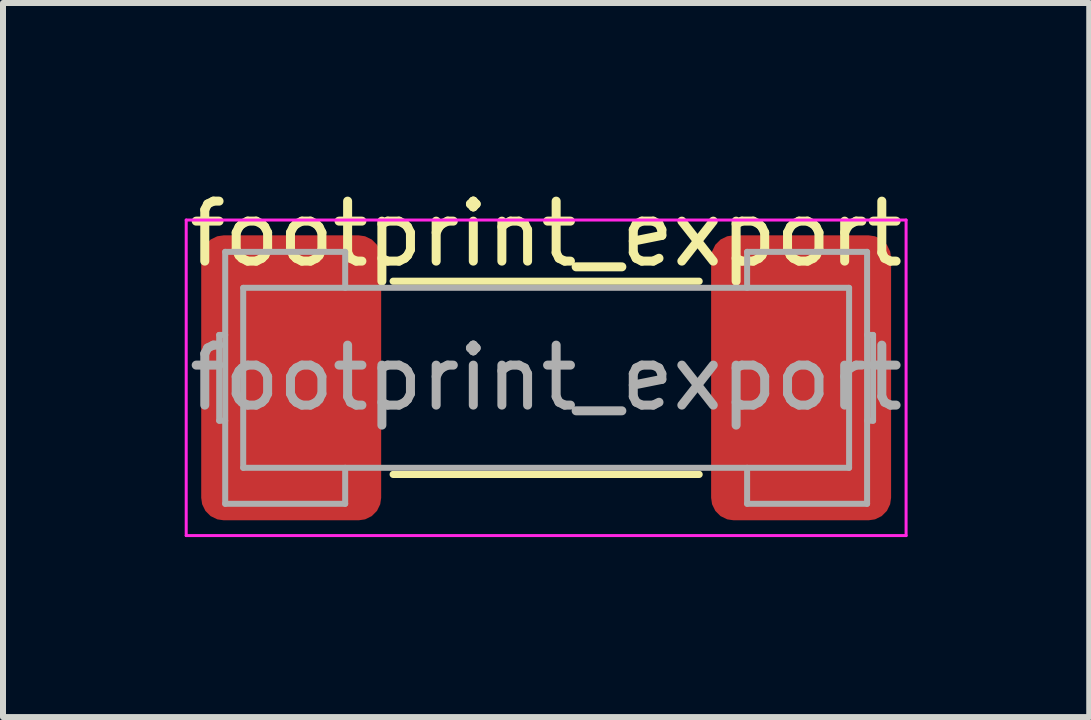
<source format=kicad_pcb>
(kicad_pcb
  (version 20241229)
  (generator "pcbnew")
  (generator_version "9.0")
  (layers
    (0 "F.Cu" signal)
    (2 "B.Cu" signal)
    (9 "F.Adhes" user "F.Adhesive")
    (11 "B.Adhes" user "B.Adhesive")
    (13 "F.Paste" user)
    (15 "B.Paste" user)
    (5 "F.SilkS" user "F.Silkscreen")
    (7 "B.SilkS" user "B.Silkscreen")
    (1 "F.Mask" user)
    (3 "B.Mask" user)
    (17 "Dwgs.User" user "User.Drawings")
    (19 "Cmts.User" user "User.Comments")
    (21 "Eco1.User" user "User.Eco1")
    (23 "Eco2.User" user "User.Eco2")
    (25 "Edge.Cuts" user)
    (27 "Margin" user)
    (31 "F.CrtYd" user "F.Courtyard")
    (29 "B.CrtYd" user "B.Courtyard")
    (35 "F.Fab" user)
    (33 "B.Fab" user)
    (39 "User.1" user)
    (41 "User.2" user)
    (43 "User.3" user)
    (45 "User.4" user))
  (footprint "footprint_export"
    (layer "F.Cu")
    (at 6.054 3.248)
    (property "Reference" "footprint_export" (at 0 -2.4 0) (layer "F.SilkS") (effects (font (size 1 1) (thickness 0.15))))
    (attr smd)
    (fp_line (start -2.55 -1.61) (end 2.55 -1.61) (stroke (width 0.12) (type solid)) (layer "F.SilkS"))
    (fp_line (start -2.55 1.61) (end 2.55 1.61) (stroke (width 0.12) (type solid)) (layer "F.SilkS"))
    (fp_line (start -6 2.63) (end -6 -2.63) (stroke (width 0.05) (type solid)) (layer "F.CrtYd"))
    (fp_line (start -6 2.63) (end 6 2.63) (stroke (width 0.05) (type solid)) (layer "F.CrtYd"))
    (fp_line (start 6 -2.63) (end -6 -2.63) (stroke (width 0.05) (type solid)) (layer "F.CrtYd"))
    (fp_line (start 6 2.63) (end 6 -2.63) (stroke (width 0.05) (type solid)) (layer "F.CrtYd"))
    (fp_line (start -5.45 0.715) (end -5.45 -0.715) (stroke (width 0.1) (type solid)) (layer "F.Fab"))
    (fp_line (start -5.35 -2.1) (end -5.35 2.1) (stroke (width 0.1) (type solid)) (layer "F.Fab"))
    (fp_line (start -5.35 -0.715) (end -5.45 -0.715) (stroke (width 0.1) (type solid)) (layer "F.Fab"))
    (fp_line (start -5.35 0.715) (end -5.45 0.715) (stroke (width 0.1) (type solid)) (layer "F.Fab"))
    (fp_line (start -5.35 2.1) (end -3.35 2.1) (stroke (width 0.1) (type solid)) (layer "F.Fab"))
    (fp_line (start -5.05 -1.5) (end 5.05 -1.5) (stroke (width 0.1) (type solid)) (layer "F.Fab"))
    (fp_line (start -5.05 1.5) (end -5.05 -1.5) (stroke (width 0.1) (type solid)) (layer "F.Fab"))
    (fp_line (start -3.35 -2.1) (end -5.35 -2.1) (stroke (width 0.1) (type solid)) (layer "F.Fab"))
    (fp_line (start -3.35 -1.5) (end -3.35 -2.1) (stroke (width 0.1) (type solid)) (layer "F.Fab"))
    (fp_line (start -3.35 2.1) (end -3.35 1.5) (stroke (width 0.1) (type solid)) (layer "F.Fab"))
    (fp_line (start 3.35 -2.1) (end 3.35 -1.5) (stroke (width 0.1) (type solid)) (layer "F.Fab"))
    (fp_line (start 3.35 1.5) (end 3.35 2.1) (stroke (width 0.1) (type solid)) (layer "F.Fab"))
    (fp_line (start 3.35 2.1) (end 5.35 2.1) (stroke (width 0.1) (type solid)) (layer "F.Fab"))
    (fp_line (start 5.05 -1.5) (end 5.05 1.5) (stroke (width 0.1) (type solid)) (layer "F.Fab"))
    (fp_line (start 5.05 1.5) (end -5.05 1.5) (stroke (width 0.1) (type solid)) (layer "F.Fab"))
    (fp_line (start 5.35 -2.1) (end 3.35 -2.1) (stroke (width 0.1) (type solid)) (layer "F.Fab"))
    (fp_line (start 5.35 -0.715) (end 5.45 -0.715) (stroke (width 0.1) (type solid)) (layer "F.Fab"))
    (fp_line (start 5.35 0.715) (end 5.45 0.715) (stroke (width 0.1) (type solid)) (layer "F.Fab"))
    (fp_line (start 5.35 2.1) (end 5.35 -2.1) (stroke (width 0.1) (type solid)) (layer "F.Fab"))
    (fp_line (start 5.45 -0.715) (end 5.45 0.715) (stroke (width 0.1) (type solid)) (layer "F.Fab"))
    (fp_text user "${REFERENCE}" (at 0 0 0) (layer "F.Fab") (effects (font (size 1 1) (thickness 0.15))))
    (pad "1" smd roundrect (at -4.25 0) (size 3 4.75) (layers "F.Cu" "F.Mask" "F.Paste") (roundrect_rratio 0.125))
    (pad "2" smd roundrect (at 4.25 0) (size 3 4.75) (layers "F.Cu" "F.Mask" "F.Paste") (roundrect_rratio 0.125)))
  (gr_rect
    (start -3 -3)
    (end 15.107 8.903)
    (stroke (width 0.1) (type default))
    (fill no)
    (layer "Edge.Cuts")))
</source>
